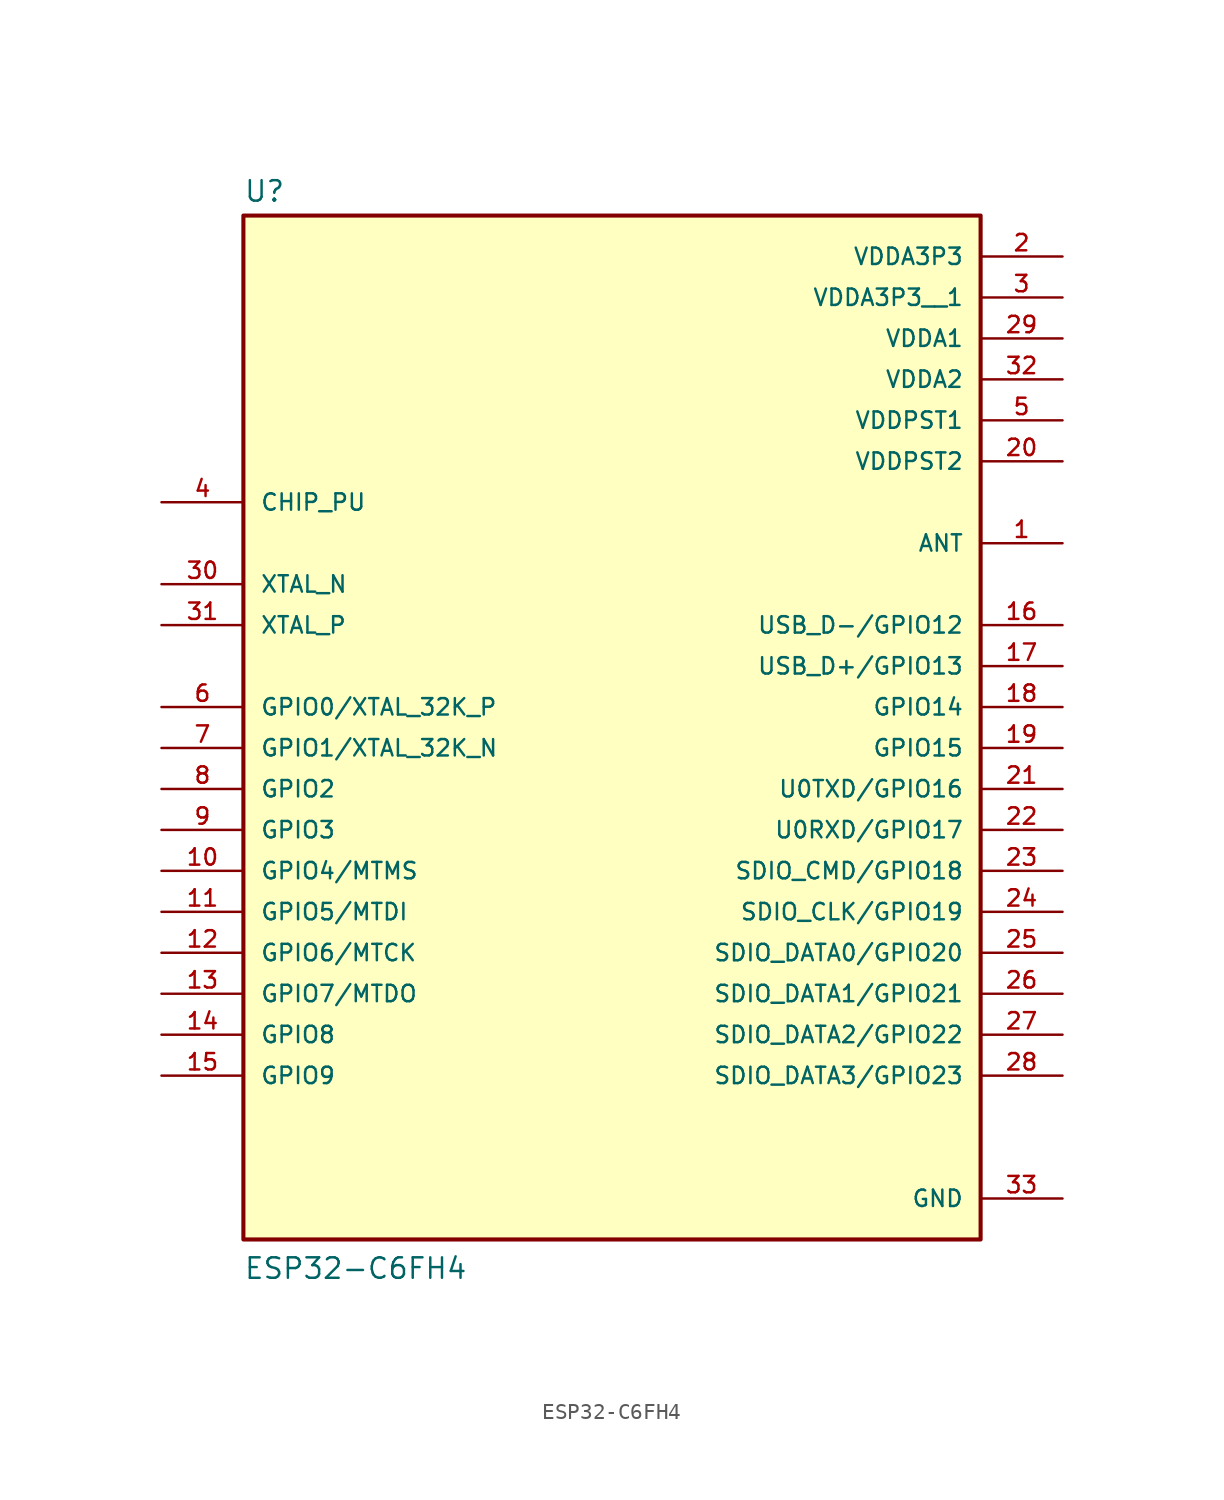
<source format=kicad_sym>
(kicad_symbol_lib
  (version 20211014)
  (generator kicad_symbol_editor)
  (symbol "ESP32-C6FH4"
    (pin_names
      (offset 1.016))
    (property "Reference" "U"
      (at -22.86 31.242 0)
      (effects (font (size 1.27 1.27)) (justify bottom left)))
    (property "Value" "ESP32-C6FH4"
      (at -22.86 -35.56 0)
      (effects (font (size 1.27 1.27)) (justify bottom left)))
    (symbol "ESP32-C6FH4_0_0"
      (rectangle (start -22.86 -33.02) (end 22.86 30.48) (stroke (width 0.254)) (fill (type background)))
      (pin bidirectional line (at 27.94 10.16 180.0) (length 5.08) (name "ANT" (effects (font (size 1.016 1.016)))) (number "1" (effects (font (size 1.016 1.016)))))
      (pin power_in line (at 27.94 27.94 180.0) (length 5.08) (name "VDDA3P3" (effects (font (size 1.016 1.016)))) (number "2" (effects (font (size 1.016 1.016)))))
      (pin input line (at -27.94 12.7 0) (length 5.08) (name "CHIP_PU" (effects (font (size 1.016 1.016)))) (number "4" (effects (font (size 1.016 1.016)))))
      (pin power_in line (at 27.94 17.78 180.0) (length 5.08) (name "VDDPST1" (effects (font (size 1.016 1.016)))) (number "5" (effects (font (size 1.016 1.016)))))
      (pin bidirectional line (at -27.94 0.0 0) (length 5.08) (name "GPIO0/XTAL_32K_P" (effects (font (size 1.016 1.016)))) (number "6" (effects (font (size 1.016 1.016)))))
      (pin bidirectional line (at -27.94 -2.54 0) (length 5.08) (name "GPIO1/XTAL_32K_N" (effects (font (size 1.016 1.016)))) (number "7" (effects (font (size 1.016 1.016)))))
      (pin bidirectional line (at -27.94 -7.62 0) (length 5.08) (name "GPIO3" (effects (font (size 1.016 1.016)))) (number "9" (effects (font (size 1.016 1.016)))))
      (pin bidirectional line (at -27.94 -5.08 0) (length 5.08) (name "GPIO2" (effects (font (size 1.016 1.016)))) (number "8" (effects (font (size 1.016 1.016)))))
      (pin bidirectional line (at -27.94 -10.16 0) (length 5.08) (name "GPIO4/MTMS" (effects (font (size 1.016 1.016)))) (number "10" (effects (font (size 1.016 1.016)))))
      (pin bidirectional line (at -27.94 -12.7 0) (length 5.08) (name "GPIO5/MTDI" (effects (font (size 1.016 1.016)))) (number "11" (effects (font (size 1.016 1.016)))))
      (pin bidirectional line (at -27.94 -15.24 0) (length 5.08) (name "GPIO6/MTCK" (effects (font (size 1.016 1.016)))) (number "12" (effects (font (size 1.016 1.016)))))
      (pin bidirectional line (at -27.94 -17.78 0) (length 5.08) (name "GPIO7/MTDO" (effects (font (size 1.016 1.016)))) (number "13" (effects (font (size 1.016 1.016)))))
      (pin bidirectional line (at -27.94 -20.32 0) (length 5.08) (name "GPIO8" (effects (font (size 1.016 1.016)))) (number "14" (effects (font (size 1.016 1.016)))))
      (pin bidirectional line (at -27.94 -22.86 0) (length 5.08) (name "GPIO9" (effects (font (size 1.016 1.016)))) (number "15" (effects (font (size 1.016 1.016)))))
      (pin bidirectional line (at 27.94 5.08 180.0) (length 5.08) (name "USB_D-/GPIO12" (effects (font (size 1.016 1.016)))) (number "16" (effects (font (size 1.016 1.016)))))
      (pin bidirectional line (at 27.94 2.54 180.0) (length 5.08) (name "USB_D+/GPIO13" (effects (font (size 1.016 1.016)))) (number "17" (effects (font (size 1.016 1.016)))))
      (pin bidirectional line (at 27.94 0.0 180.0) (length 5.08) (name "GPIO14" (effects (font (size 1.016 1.016)))) (number "18" (effects (font (size 1.016 1.016)))))
      (pin bidirectional line (at 27.94 -2.54 180.0) (length 5.08) (name "GPIO15" (effects (font (size 1.016 1.016)))) (number "19" (effects (font (size 1.016 1.016)))))
      (pin power_in line (at 27.94 15.24 180.0) (length 5.08) (name "VDDPST2" (effects (font (size 1.016 1.016)))) (number "20" (effects (font (size 1.016 1.016)))))
      (pin bidirectional line (at 27.94 -5.08 180.0) (length 5.08) (name "U0TXD/GPIO16" (effects (font (size 1.016 1.016)))) (number "21" (effects (font (size 1.016 1.016)))))
      (pin bidirectional line (at 27.94 -7.62 180.0) (length 5.08) (name "U0RXD/GPIO17" (effects (font (size 1.016 1.016)))) (number "22" (effects (font (size 1.016 1.016)))))
      (pin bidirectional line (at 27.94 -10.16 180.0) (length 5.08) (name "SDIO_CMD/GPIO18" (effects (font (size 1.016 1.016)))) (number "23" (effects (font (size 1.016 1.016)))))
      (pin bidirectional line (at 27.94 -12.7 180.0) (length 5.08) (name "SDIO_CLK/GPIO19" (effects (font (size 1.016 1.016)))) (number "24" (effects (font (size 1.016 1.016)))))
      (pin bidirectional line (at 27.94 -15.24 180.0) (length 5.08) (name "SDIO_DATA0/GPIO20" (effects (font (size 1.016 1.016)))) (number "25" (effects (font (size 1.016 1.016)))))
      (pin bidirectional line (at 27.94 -17.78 180.0) (length 5.08) (name "SDIO_DATA1/GPIO21" (effects (font (size 1.016 1.016)))) (number "26" (effects (font (size 1.016 1.016)))))
      (pin bidirectional line (at 27.94 -20.32 180.0) (length 5.08) (name "SDIO_DATA2/GPIO22" (effects (font (size 1.016 1.016)))) (number "27" (effects (font (size 1.016 1.016)))))
      (pin bidirectional line (at 27.94 -22.86 180.0) (length 5.08) (name "SDIO_DATA3/GPIO23" (effects (font (size 1.016 1.016)))) (number "28" (effects (font (size 1.016 1.016)))))
      (pin power_in line (at 27.94 22.86 180.0) (length 5.08) (name "VDDA1" (effects (font (size 1.016 1.016)))) (number "29" (effects (font (size 1.016 1.016)))))
      (pin bidirectional line (at -27.94 7.62 0) (length 5.08) (name "XTAL_N" (effects (font (size 1.016 1.016)))) (number "30" (effects (font (size 1.016 1.016)))))
      (pin bidirectional line (at -27.94 5.08 0) (length 5.08) (name "XTAL_P" (effects (font (size 1.016 1.016)))) (number "31" (effects (font (size 1.016 1.016)))))
      (pin power_in line (at 27.94 20.32 180.0) (length 5.08) (name "VDDA2" (effects (font (size 1.016 1.016)))) (number "32" (effects (font (size 1.016 1.016)))))
      (pin power_in line (at 27.94 -30.48 180.0) (length 5.08) (name "GND" (effects (font (size 1.016 1.016)))) (number "33" (effects (font (size 1.016 1.016)))))
      (pin power_in line (at 27.94 25.4 180.0) (length 5.08) (name "VDDA3P3__1" (effects (font (size 1.016 1.016)))) (number "3" (effects (font (size 1.016 1.016))))))))
</source>
